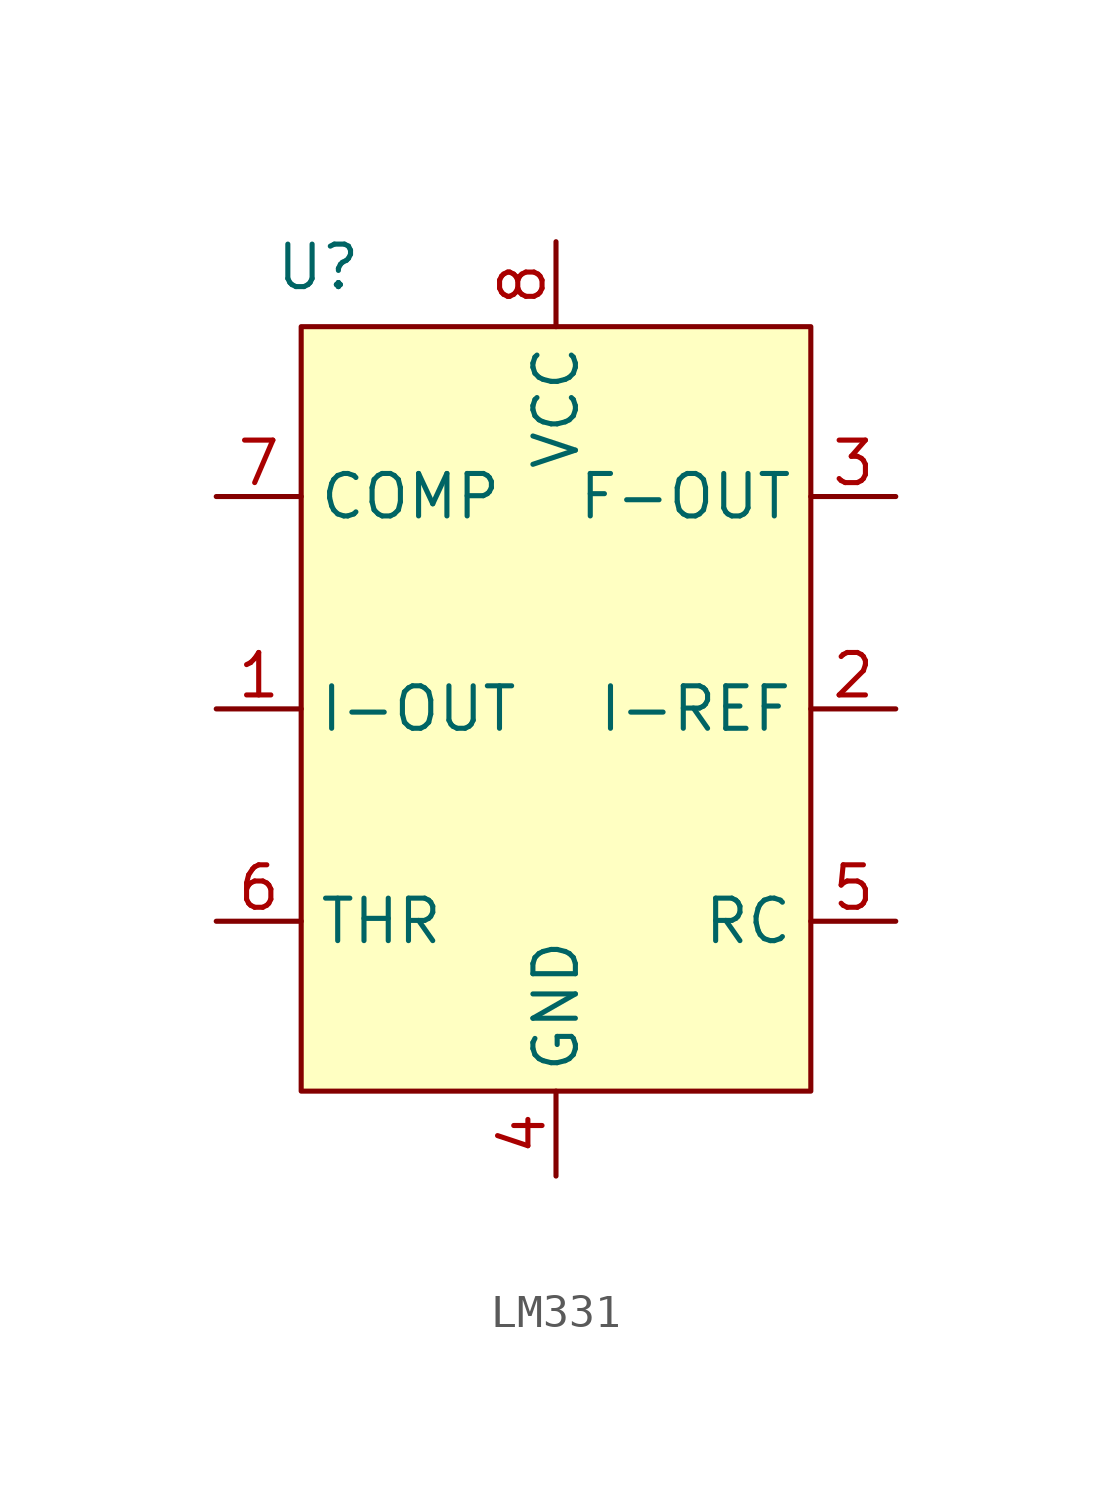
<source format=kicad_sym>
(kicad_symbol_lib
  (version 20231120)
  (generator "kicad_symbol_editor")
  (generator_version "8.0")
  (symbol "LM331"
    (property "Reference" "U"
      (at -7.112 13.208 0)
      (effects (font (size 1.27 1.27))))
    (property "Value" ""
      (at 0 2.54 0)
      (effects (font (size 1.27 1.27))))
    (symbol "LM331_1_1"
      (rectangle (start -7.62 11.43) (end 7.62 -11.43) (stroke (width 0) (type default)) (fill (type background)))
      (pin passive line (at -10.16 0 0) (length 2.54) (name "I-OUT" (effects (font (size 1.27 1.27)))) (number "1" (effects (font (size 1.27 1.27)))))
      (pin passive line (at 10.16 0 180) (length 2.54) (name "I-REF" (effects (font (size 1.27 1.27)))) (number "2" (effects (font (size 1.27 1.27)))))
      (pin passive line (at 10.16 6.35 180) (length 2.54) (name "F-OUT" (effects (font (size 1.27 1.27)))) (number "3" (effects (font (size 1.27 1.27)))))
      (pin power_in line (at 0 -13.97 90) (length 2.54) (name "GND" (effects (font (size 1.27 1.27)))) (number "4" (effects (font (size 1.27 1.27)))))
      (pin passive line (at 10.16 -6.35 180) (length 2.54) (name "RC" (effects (font (size 1.27 1.27)))) (number "5" (effects (font (size 1.27 1.27)))))
      (pin passive line (at -10.16 -6.35 0) (length 2.54) (name "THR" (effects (font (size 1.27 1.27)))) (number "6" (effects (font (size 1.27 1.27)))))
      (pin input line (at -10.16 6.35 0) (length 2.54) (name "COMP" (effects (font (size 1.27 1.27)))) (number "7" (effects (font (size 1.27 1.27)))))
      (pin power_in line (at 0 13.97 270) (length 2.54) (name "VCC" (effects (font (size 1.27 1.27)))) (number "8" (effects (font (size 1.27 1.27))))))))
</source>
